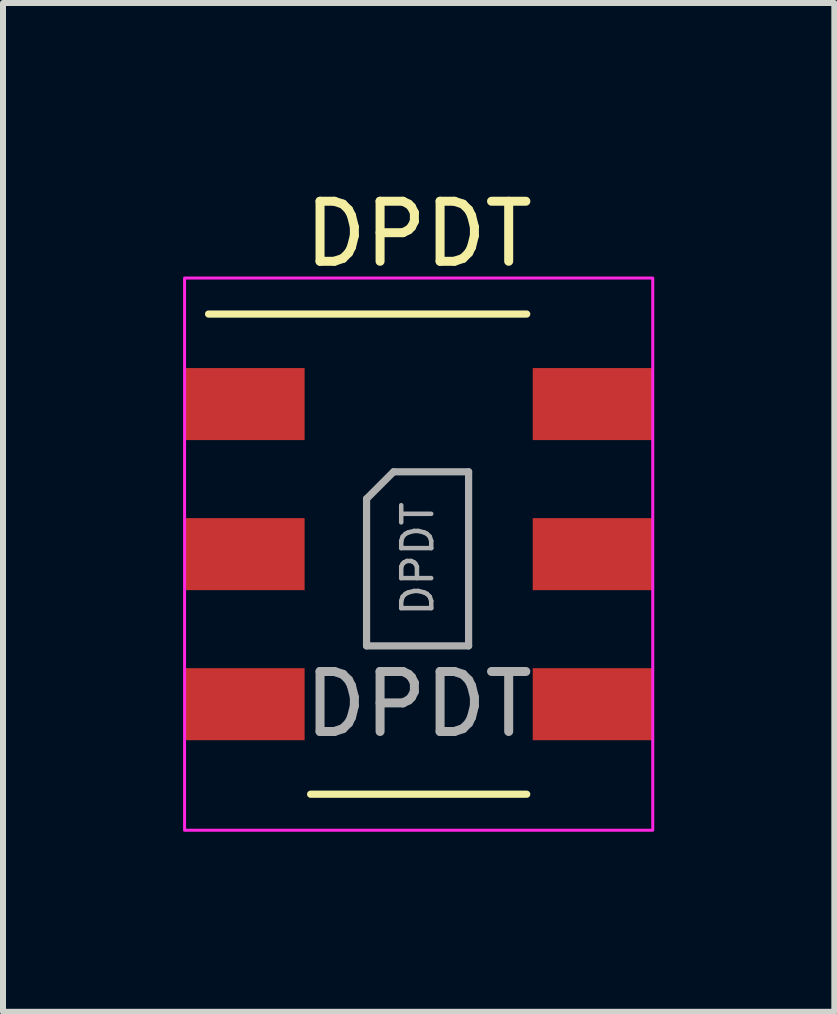
<source format=kicad_pcb>
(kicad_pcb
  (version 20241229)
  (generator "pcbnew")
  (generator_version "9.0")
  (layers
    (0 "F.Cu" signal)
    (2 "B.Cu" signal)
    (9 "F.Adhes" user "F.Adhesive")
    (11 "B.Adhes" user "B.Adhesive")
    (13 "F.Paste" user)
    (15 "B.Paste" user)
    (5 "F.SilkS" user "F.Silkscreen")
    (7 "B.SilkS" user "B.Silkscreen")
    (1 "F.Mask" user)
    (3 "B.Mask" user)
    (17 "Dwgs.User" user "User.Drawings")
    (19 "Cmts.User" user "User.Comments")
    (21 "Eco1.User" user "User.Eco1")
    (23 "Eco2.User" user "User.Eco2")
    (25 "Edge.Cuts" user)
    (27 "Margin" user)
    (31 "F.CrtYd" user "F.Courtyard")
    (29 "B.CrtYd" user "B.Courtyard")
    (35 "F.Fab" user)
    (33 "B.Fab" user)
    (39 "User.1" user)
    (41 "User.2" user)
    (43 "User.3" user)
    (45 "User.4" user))
  (footprint "DPDT"
    (layer "F.Cu")
    (at 3.925 6.182)
    (property "Reference" "DPDT" (at 0 -5.334 0) (unlocked yes) (layer "F.SilkS") (effects (font (size 1 1) (thickness 0.15))))
    (attr smd)
    (fp_line (start 1.8 -4) (end -3.5 -4) (stroke (width 0.12) (type solid)) (layer "F.SilkS"))
    (fp_line (start 1.8 4) (end -1.8 4) (stroke (width 0.12) (type solid)) (layer "F.SilkS"))
    (fp_rect (start -3.9 -4.6) (end 3.9 4.6) (stroke (width 0.05) (type default)) (fill no) (layer "F.CrtYd"))
    (fp_line (start -0.868 -0.922) (end -0.868 1.528) (stroke (width 0.12) (type solid)) (layer "F.Fab"))
    (fp_line (start -0.868 1.528) (end 0.832 1.528) (stroke (width 0.12) (type solid)) (layer "F.Fab"))
    (fp_line (start -0.418 -1.372) (end -0.868 -0.922) (stroke (width 0.12) (type solid)) (layer "F.Fab"))
    (fp_line (start 0.832 -1.372) (end -0.418 -1.372) (stroke (width 0.12) (type solid)) (layer "F.Fab"))
    (fp_line (start 0.832 1.528) (end 0.832 -1.372) (stroke (width 0.12) (type solid)) (layer "F.Fab"))
    (fp_text user "${REFERENCE}" (at -0.018 0.078 90) (layer "F.Fab") (effects (font (size 0.5 0.5) (thickness 0.075))))
    (fp_text user "${REFERENCE}" (at 0 2.5 0) (unlocked yes) (layer "F.Fab") (effects (font (size 1 1) (thickness 0.15))))
    (pad "1" smd rect (at -2.9 2.5) (size 2 1.2) (layers "F.Cu" "F.Mask" "F.Paste"))
    (pad "2" smd rect (at -2.9 0) (size 2 1.2) (layers "F.Cu" "F.Mask" "F.Paste"))
    (pad "3" smd rect (at -2.9 -2.5) (size 2 1.2) (layers "F.Cu" "F.Mask" "F.Paste"))
    (pad "4" smd rect (at 2.9 2.5) (size 2 1.2) (layers "F.Cu" "F.Mask" "F.Paste"))
    (pad "5" smd rect (at 2.9 0) (size 2 1.2) (layers "F.Cu" "F.Mask" "F.Paste"))
    (pad "6" smd rect (at 2.9 -2.5) (size 2 1.2) (layers "F.Cu" "F.Mask" "F.Paste")))
  (gr_rect
    (start -3 -3)
    (end 10.85 13.807)
    (stroke (width 0.1) (type default))
    (fill no)
    (layer "Edge.Cuts")))
</source>
